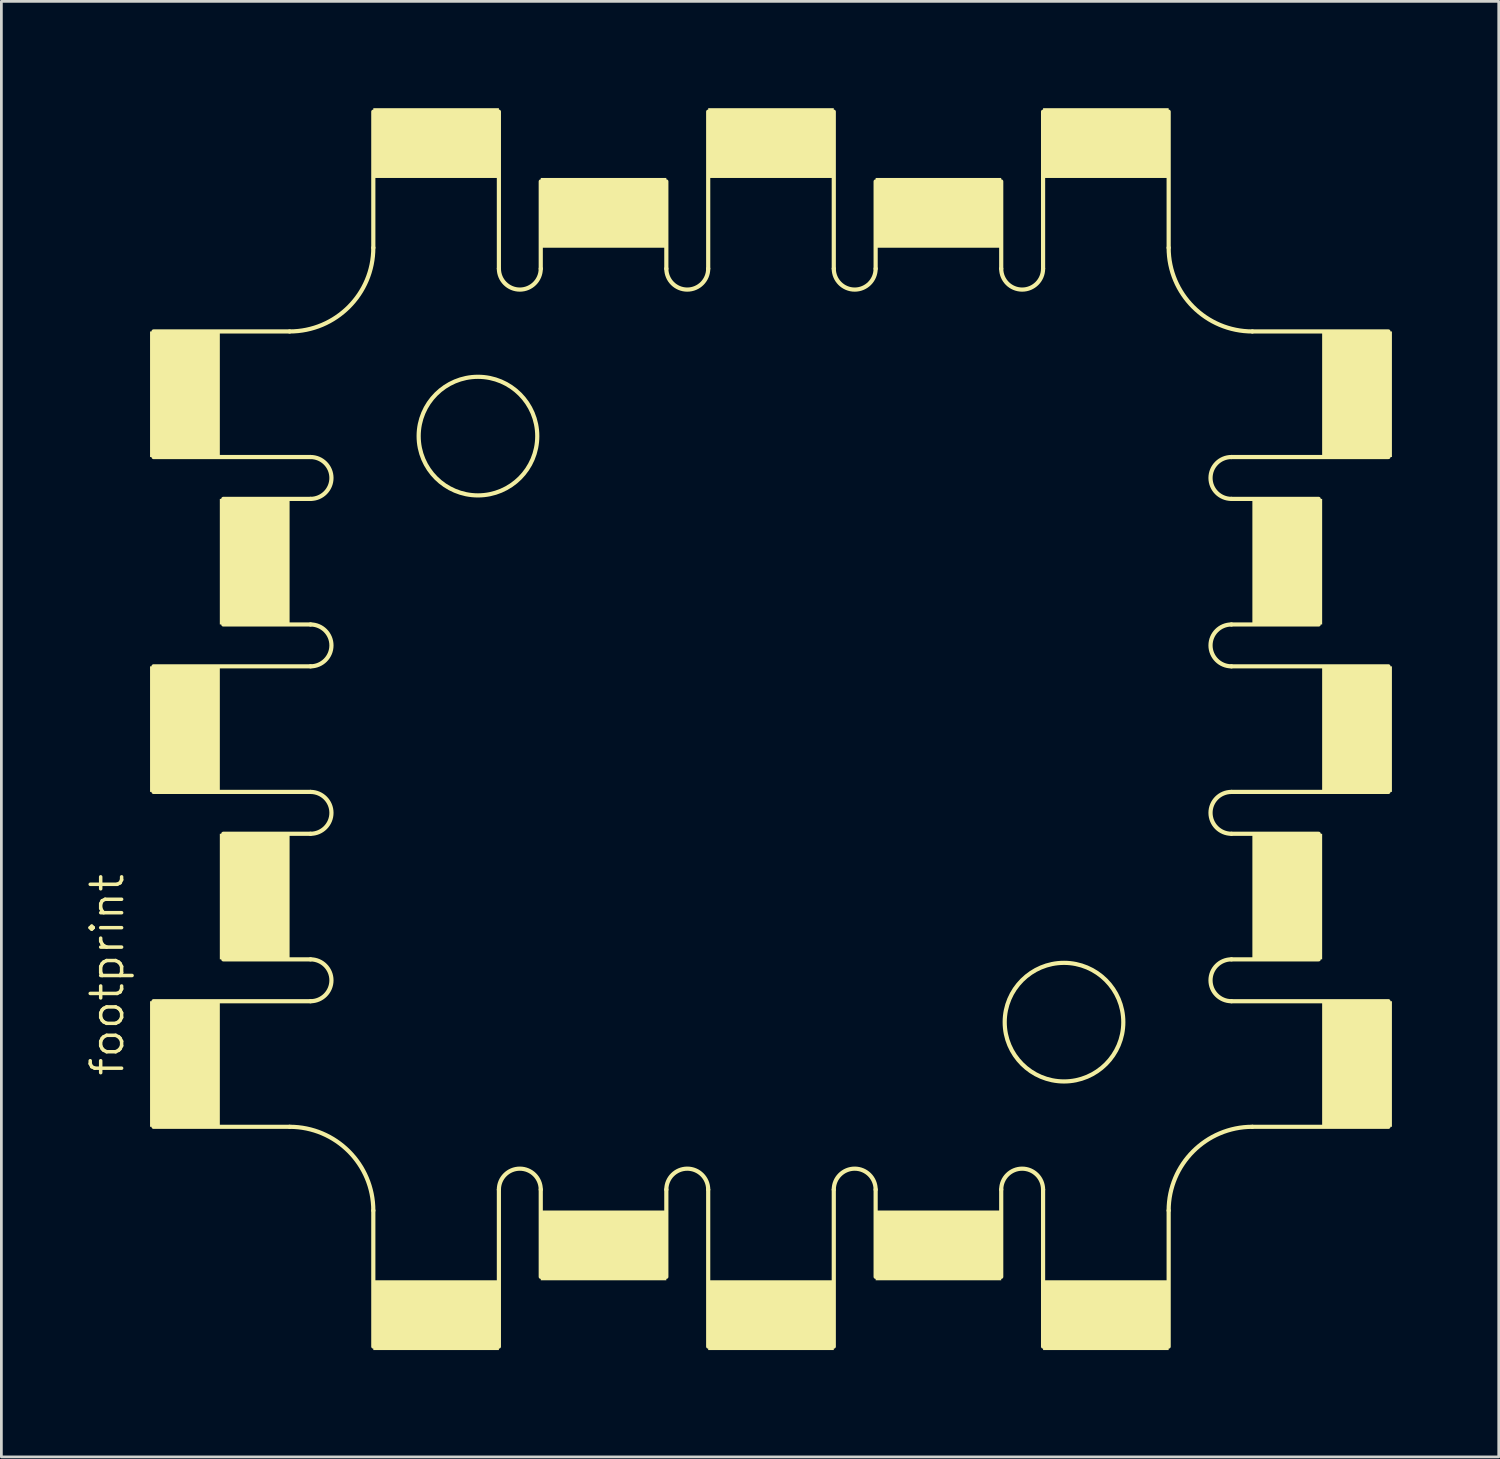
<source format=kicad_pcb>
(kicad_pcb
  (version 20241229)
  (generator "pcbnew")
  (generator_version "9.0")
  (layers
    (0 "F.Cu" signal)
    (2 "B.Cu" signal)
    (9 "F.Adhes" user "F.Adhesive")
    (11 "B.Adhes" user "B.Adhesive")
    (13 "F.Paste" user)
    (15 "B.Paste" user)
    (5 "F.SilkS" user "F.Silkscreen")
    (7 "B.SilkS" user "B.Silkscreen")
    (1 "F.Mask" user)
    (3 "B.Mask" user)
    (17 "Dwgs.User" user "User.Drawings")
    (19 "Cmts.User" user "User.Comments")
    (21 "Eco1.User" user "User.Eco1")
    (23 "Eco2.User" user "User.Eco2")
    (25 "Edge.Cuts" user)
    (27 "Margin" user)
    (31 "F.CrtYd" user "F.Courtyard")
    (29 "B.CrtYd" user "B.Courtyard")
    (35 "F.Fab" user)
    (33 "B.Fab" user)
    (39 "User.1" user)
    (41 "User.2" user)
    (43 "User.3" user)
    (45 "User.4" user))
  (footprint "footprint"
    (layer "F.Cu")
    (at 25.019 23.495)
    (property "Reference" "footprint" (at -23.495 12.7 90) (layer "F.SilkS") (effects (font (size 1.143 1.143) (thickness 0.127)) (justify left bottom)))
    (fp_line (start -22.479 -14.478) (end -17.526 -14.478) (stroke (width 0.152) (type solid)) (layer "F.SilkS"))
    (fp_line (start -22.479 -9.906) (end -16.764 -9.906) (stroke (width 0.152) (type solid)) (layer "F.SilkS"))
    (fp_line (start -22.479 -2.286) (end -16.764 -2.286) (stroke (width 0.152) (type solid)) (layer "F.SilkS"))
    (fp_line (start -22.479 2.286) (end -16.764 2.286) (stroke (width 0.152) (type solid)) (layer "F.SilkS"))
    (fp_line (start -22.479 9.906) (end -16.764 9.906) (stroke (width 0.152) (type solid)) (layer "F.SilkS"))
    (fp_line (start -22.479 14.478) (end -17.526 14.478) (stroke (width 0.152) (type solid)) (layer "F.SilkS"))
    (fp_line (start -19.939 -8.382) (end -16.764 -8.382) (stroke (width 0.152) (type solid)) (layer "F.SilkS"))
    (fp_line (start -19.939 -3.81) (end -16.764 -3.81) (stroke (width 0.152) (type solid)) (layer "F.SilkS"))
    (fp_line (start -19.939 3.81) (end -16.764 3.81) (stroke (width 0.152) (type solid)) (layer "F.SilkS"))
    (fp_line (start -19.939 8.382) (end -16.764 8.382) (stroke (width 0.152) (type solid)) (layer "F.SilkS"))
    (fp_line (start -14.478 -22.479) (end -14.478 -17.526) (stroke (width 0.152) (type solid)) (layer "F.SilkS"))
    (fp_line (start -14.478 22.479) (end -14.478 17.526) (stroke (width 0.152) (type solid)) (layer "F.SilkS"))
    (fp_line (start -9.906 -22.479) (end -9.906 -16.764) (stroke (width 0.152) (type solid)) (layer "F.SilkS"))
    (fp_line (start -9.906 22.479) (end -9.906 16.764) (stroke (width 0.152) (type solid)) (layer "F.SilkS"))
    (fp_line (start -8.382 -19.939) (end -8.382 -16.764) (stroke (width 0.152) (type solid)) (layer "F.SilkS"))
    (fp_line (start -8.382 19.939) (end -8.382 16.764) (stroke (width 0.152) (type solid)) (layer "F.SilkS"))
    (fp_line (start -3.81 -19.939) (end -3.81 -16.764) (stroke (width 0.152) (type solid)) (layer "F.SilkS"))
    (fp_line (start -3.81 19.939) (end -3.81 16.764) (stroke (width 0.152) (type solid)) (layer "F.SilkS"))
    (fp_line (start -2.286 -22.479) (end -2.286 -16.764) (stroke (width 0.152) (type solid)) (layer "F.SilkS"))
    (fp_line (start -2.286 22.479) (end -2.286 16.764) (stroke (width 0.152) (type solid)) (layer "F.SilkS"))
    (fp_line (start 2.286 -22.479) (end 2.286 -16.764) (stroke (width 0.152) (type solid)) (layer "F.SilkS"))
    (fp_line (start 2.286 22.479) (end 2.286 16.764) (stroke (width 0.152) (type solid)) (layer "F.SilkS"))
    (fp_line (start 3.81 -19.939) (end 3.81 -16.764) (stroke (width 0.152) (type solid)) (layer "F.SilkS"))
    (fp_line (start 3.81 19.939) (end 3.81 16.764) (stroke (width 0.152) (type solid)) (layer "F.SilkS"))
    (fp_line (start 8.382 -19.939) (end 8.382 -16.764) (stroke (width 0.152) (type solid)) (layer "F.SilkS"))
    (fp_line (start 8.382 19.939) (end 8.382 16.764) (stroke (width 0.152) (type solid)) (layer "F.SilkS"))
    (fp_line (start 9.906 -22.479) (end 9.906 -16.764) (stroke (width 0.152) (type solid)) (layer "F.SilkS"))
    (fp_line (start 9.906 22.479) (end 9.906 16.764) (stroke (width 0.152) (type solid)) (layer "F.SilkS"))
    (fp_line (start 14.478 -22.479) (end 14.478 -17.526) (stroke (width 0.152) (type solid)) (layer "F.SilkS"))
    (fp_line (start 14.478 22.479) (end 14.478 17.526) (stroke (width 0.152) (type solid)) (layer "F.SilkS"))
    (fp_line (start 19.939 -8.382) (end 16.764 -8.382) (stroke (width 0.152) (type solid)) (layer "F.SilkS"))
    (fp_line (start 19.939 -3.81) (end 16.764 -3.81) (stroke (width 0.152) (type solid)) (layer "F.SilkS"))
    (fp_line (start 19.939 3.81) (end 16.764 3.81) (stroke (width 0.152) (type solid)) (layer "F.SilkS"))
    (fp_line (start 19.939 8.382) (end 16.764 8.382) (stroke (width 0.152) (type solid)) (layer "F.SilkS"))
    (fp_line (start 22.479 -14.478) (end 17.526 -14.478) (stroke (width 0.152) (type solid)) (layer "F.SilkS"))
    (fp_line (start 22.479 -9.906) (end 16.764 -9.906) (stroke (width 0.152) (type solid)) (layer "F.SilkS"))
    (fp_line (start 22.479 -2.286) (end 16.764 -2.286) (stroke (width 0.152) (type solid)) (layer "F.SilkS"))
    (fp_line (start 22.479 2.286) (end 16.764 2.286) (stroke (width 0.152) (type solid)) (layer "F.SilkS"))
    (fp_line (start 22.479 9.906) (end 16.764 9.906) (stroke (width 0.152) (type solid)) (layer "F.SilkS"))
    (fp_line (start 22.479 14.478) (end 17.526 14.478) (stroke (width 0.152) (type solid)) (layer "F.SilkS"))
    (fp_arc (start -17.526 14.478) (mid -15.370739 15.370739) (end -14.478 17.526) (stroke (width 0.1524) (type solid)) (layer "F.SilkS"))
    (fp_arc (start -16.764 -9.906) (mid -16.002 -9.144) (end -16.764 -8.382) (stroke (width 0.1524) (type solid)) (layer "F.SilkS"))
    (fp_arc (start -16.764 -3.81) (mid -16.002 -3.048) (end -16.764 -2.286) (stroke (width 0.1524) (type solid)) (layer "F.SilkS"))
    (fp_arc (start -16.764 2.286) (mid -16.002 3.048) (end -16.764 3.81) (stroke (width 0.1524) (type solid)) (layer "F.SilkS"))
    (fp_arc (start -16.764 8.382) (mid -16.002 9.144) (end -16.764 9.906) (stroke (width 0.1524) (type solid)) (layer "F.SilkS"))
    (fp_arc (start -14.478 -17.526) (mid -15.370739 -15.370739) (end -17.526 -14.478) (stroke (width 0.1524) (type solid)) (layer "F.SilkS"))
    (fp_arc (start -9.906 16.764) (mid -9.144 16.002) (end -8.382 16.764) (stroke (width 0.1524) (type solid)) (layer "F.SilkS"))
    (fp_arc (start -8.382 -16.764) (mid -9.144 -16.002) (end -9.906 -16.764) (stroke (width 0.1524) (type solid)) (layer "F.SilkS"))
    (fp_arc (start -3.81 16.764) (mid -3.048 16.002) (end -2.286 16.764) (stroke (width 0.1524) (type solid)) (layer "F.SilkS"))
    (fp_arc (start -2.286 -16.764) (mid -3.048 -16.002) (end -3.81 -16.764) (stroke (width 0.1524) (type solid)) (layer "F.SilkS"))
    (fp_arc (start 2.286 16.764) (mid 3.048 16.002) (end 3.81 16.764) (stroke (width 0.1524) (type solid)) (layer "F.SilkS"))
    (fp_arc (start 3.81 -16.764) (mid 3.048 -16.002) (end 2.286 -16.764) (stroke (width 0.1524) (type solid)) (layer "F.SilkS"))
    (fp_arc (start 8.382 16.764) (mid 9.144 16.002) (end 9.906 16.764) (stroke (width 0.1524) (type solid)) (layer "F.SilkS"))
    (fp_arc (start 9.906 -16.764) (mid 9.144 -16.002) (end 8.382 -16.764) (stroke (width 0.1524) (type solid)) (layer "F.SilkS"))
    (fp_arc (start 14.478 17.526) (mid 15.370739 15.370739) (end 17.526 14.478) (stroke (width 0.1524) (type solid)) (layer "F.SilkS"))
    (fp_arc (start 16.764 -8.382) (mid 16.002 -9.144) (end 16.764 -9.906) (stroke (width 0.1524) (type solid)) (layer "F.SilkS"))
    (fp_arc (start 16.764 -2.286) (mid 16.002 -3.048) (end 16.764 -3.81) (stroke (width 0.1524) (type solid)) (layer "F.SilkS"))
    (fp_arc (start 16.764 3.81) (mid 16.002 3.048) (end 16.764 2.286) (stroke (width 0.1524) (type solid)) (layer "F.SilkS"))
    (fp_arc (start 16.764 9.906) (mid 16.002 9.144) (end 16.764 8.382) (stroke (width 0.1524) (type solid)) (layer "F.SilkS"))
    (fp_arc (start 17.526 -14.478) (mid 15.370739 -15.370739) (end 14.478 -17.526) (stroke (width 0.1524) (type solid)) (layer "F.SilkS"))
    (fp_circle (center -10.668 -10.668) (end -8.509 -10.668) (stroke (width 0.152) (type solid)) (fill no) (layer "F.SilkS"))
    (fp_circle (center 10.668 10.668) (end 12.827 10.668) (stroke (width 0.152) (type solid)) (fill no) (layer "F.SilkS"))
    (fp_poly (pts (xy -22.606 -9.906) (xy -20.066 -9.906) (xy -20.066 -14.478) (xy -22.606 -14.478)) (stroke (width 0) (type solid)) (fill yes) (layer "F.SilkS"))
    (fp_poly (pts (xy -22.606 2.286) (xy -20.066 2.286) (xy -20.066 -2.286) (xy -22.606 -2.286)) (stroke (width 0) (type solid)) (fill yes) (layer "F.SilkS"))
    (fp_poly (pts (xy -22.606 14.478) (xy -20.066 14.478) (xy -20.066 9.906) (xy -22.606 9.906)) (stroke (width 0) (type solid)) (fill yes) (layer "F.SilkS"))
    (fp_poly (pts (xy -20.066 -3.81) (xy -17.526 -3.81) (xy -17.526 -8.382) (xy -20.066 -8.382)) (stroke (width 0) (type solid)) (fill yes) (layer "F.SilkS"))
    (fp_poly (pts (xy -20.066 8.382) (xy -17.526 8.382) (xy -17.526 3.81) (xy -20.066 3.81)) (stroke (width 0) (type solid)) (fill yes) (layer "F.SilkS"))
    (fp_poly (pts (xy -14.478 -20.066) (xy -9.906 -20.066) (xy -9.906 -22.606) (xy -14.478 -22.606)) (stroke (width 0) (type solid)) (fill yes) (layer "F.SilkS"))
    (fp_poly (pts (xy -14.478 22.606) (xy -9.906 22.606) (xy -9.906 20.066) (xy -14.478 20.066)) (stroke (width 0) (type solid)) (fill yes) (layer "F.SilkS"))
    (fp_poly (pts (xy -8.382 -17.526) (xy -3.81 -17.526) (xy -3.81 -20.066) (xy -8.382 -20.066)) (stroke (width 0) (type solid)) (fill yes) (layer "F.SilkS"))
    (fp_poly (pts (xy -8.382 20.066) (xy -3.81 20.066) (xy -3.81 17.526) (xy -8.382 17.526)) (stroke (width 0) (type solid)) (fill yes) (layer "F.SilkS"))
    (fp_poly (pts (xy -2.286 -20.066) (xy 2.286 -20.066) (xy 2.286 -22.606) (xy -2.286 -22.606)) (stroke (width 0) (type solid)) (fill yes) (layer "F.SilkS"))
    (fp_poly (pts (xy -2.286 22.606) (xy 2.286 22.606) (xy 2.286 20.066) (xy -2.286 20.066)) (stroke (width 0) (type solid)) (fill yes) (layer "F.SilkS"))
    (fp_poly (pts (xy 3.81 -17.526) (xy 8.382 -17.526) (xy 8.382 -20.066) (xy 3.81 -20.066)) (stroke (width 0) (type solid)) (fill yes) (layer "F.SilkS"))
    (fp_poly (pts (xy 3.81 20.066) (xy 8.382 20.066) (xy 8.382 17.526) (xy 3.81 17.526)) (stroke (width 0) (type solid)) (fill yes) (layer "F.SilkS"))
    (fp_poly (pts (xy 9.906 -20.066) (xy 14.478 -20.066) (xy 14.478 -22.606) (xy 9.906 -22.606)) (stroke (width 0) (type solid)) (fill yes) (layer "F.SilkS"))
    (fp_poly (pts (xy 9.906 22.606) (xy 14.478 22.606) (xy 14.478 20.066) (xy 9.906 20.066)) (stroke (width 0) (type solid)) (fill yes) (layer "F.SilkS"))
    (fp_poly (pts (xy 17.526 -3.81) (xy 20.066 -3.81) (xy 20.066 -8.382) (xy 17.526 -8.382)) (stroke (width 0) (type solid)) (fill yes) (layer "F.SilkS"))
    (fp_poly (pts (xy 17.526 8.382) (xy 20.066 8.382) (xy 20.066 3.81) (xy 17.526 3.81)) (stroke (width 0) (type solid)) (fill yes) (layer "F.SilkS"))
    (fp_poly (pts (xy 20.066 -9.906) (xy 22.606 -9.906) (xy 22.606 -14.478) (xy 20.066 -14.478)) (stroke (width 0) (type solid)) (fill yes) (layer "F.SilkS"))
    (fp_poly (pts (xy 20.066 2.286) (xy 22.606 2.286) (xy 22.606 -2.286) (xy 20.066 -2.286)) (stroke (width 0) (type solid)) (fill yes) (layer "F.SilkS"))
    (fp_poly (pts (xy 20.066 14.478) (xy 22.606 14.478) (xy 22.606 9.906) (xy 20.066 9.906)) (stroke (width 0) (type solid)) (fill yes) (layer "F.SilkS"))
    (zone (net_name "") (layer "F.Cu") (hatch edge 0.508) (connect_pads) (min_thickness 0.254) (filled_areas_thickness no) (keepout (tracks not_allowed) (vias not_allowed) (pads not_allowed) (copperpour not_allowed) (footprints allowed)) (placement (enabled no)) (fill) (polygon (pts (xy 1.524 38.735) (xy 48.514 38.735) (xy 48.514 8.255) (xy 1.524 8.255))))
    (zone (net_name "") (layer "F.Cu") (hatch edge 0.508) (connect_pads) (min_thickness 0.254) (filled_areas_thickness no) (keepout (tracks not_allowed) (vias not_allowed) (pads not_allowed) (copperpour not_allowed) (footprints allowed)) (placement (enabled no)) (fill) (polygon (pts (xy 9.779 46.99) (xy 40.259 46.99) (xy 40.259 0) (xy 9.779 0))))
    (zone (net_name "") (layers "F.Cu" "B.Cu") (hatch edge 0.508) (connect_pads) (min_thickness 0.254) (filled_areas_thickness no) (keepout (tracks allowed) (vias not_allowed) (pads allowed) (copperpour allowed) (footprints allowed)) (placement (enabled no)) (fill) (polygon (pts (xy 1.524 38.735) (xy 48.514 38.735) (xy 48.514 8.255) (xy 1.524 8.255))))
    (zone (net_name "") (layers "F.Cu" "B.Cu") (hatch edge 0.508) (connect_pads) (min_thickness 0.254) (filled_areas_thickness no) (keepout (tracks allowed) (vias not_allowed) (pads allowed) (copperpour allowed) (footprints allowed)) (placement (enabled no)) (fill) (polygon (pts (xy 9.779 46.99) (xy 40.259 46.99) (xy 40.259 0) (xy 9.779 0)))))
  (gr_rect
    (start -3 -3)
    (end 51.514 49.99)
    (stroke (width 0.1) (type default))
    (fill no)
    (layer "Edge.Cuts")))
</source>
